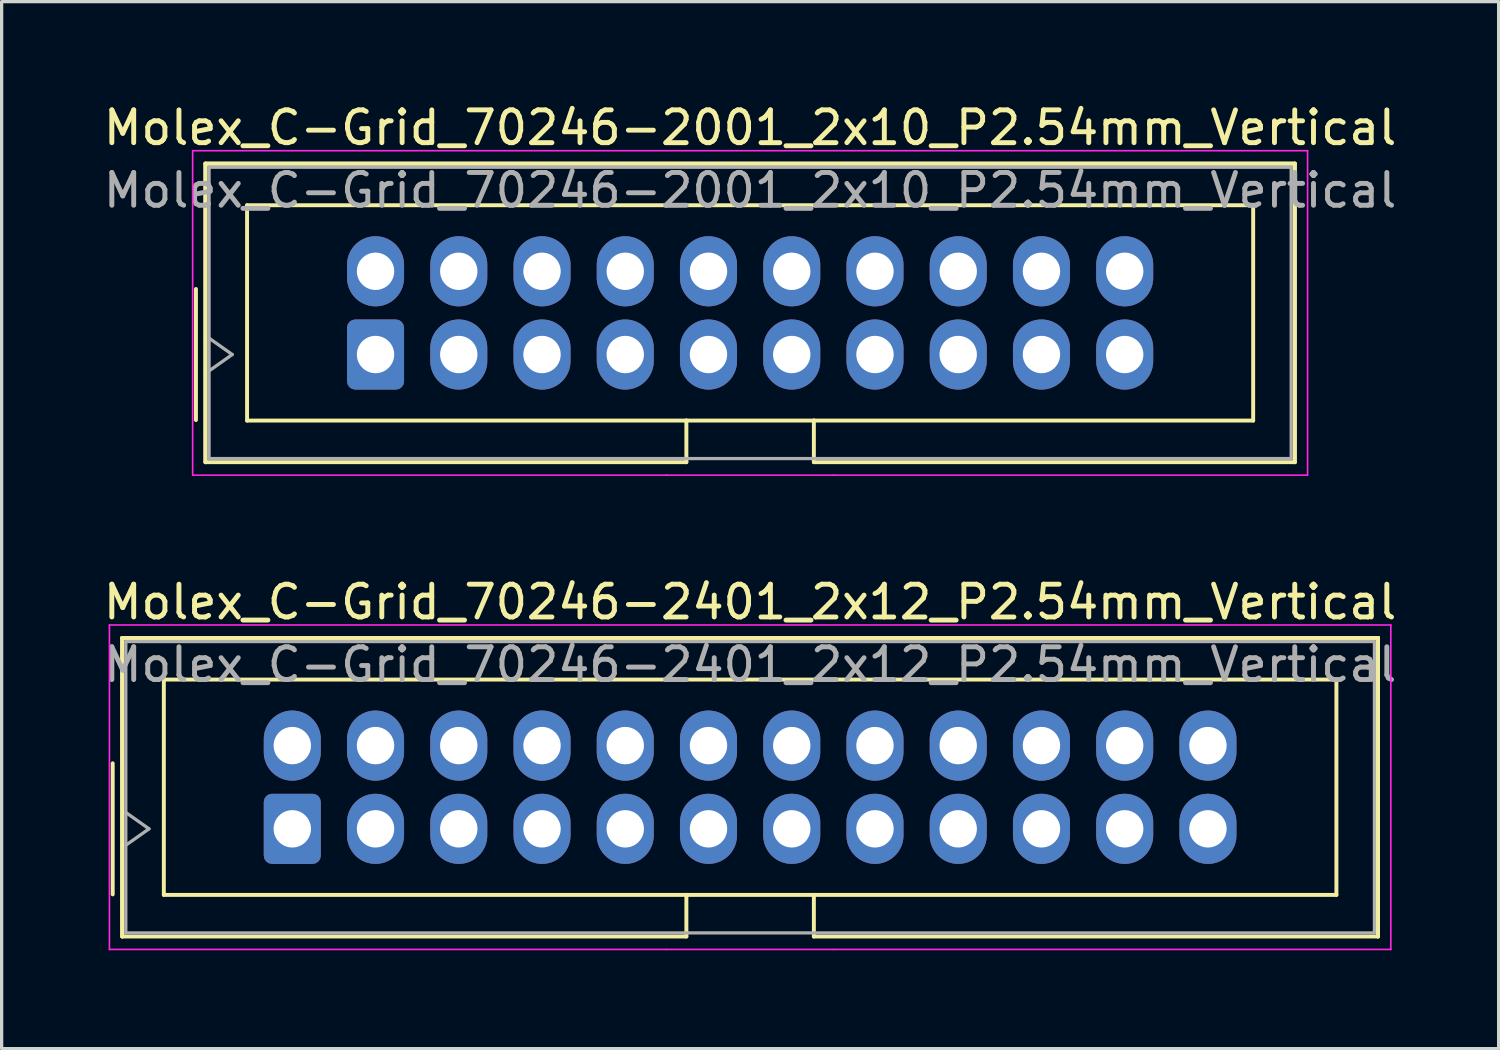
<source format=kicad_pcb>
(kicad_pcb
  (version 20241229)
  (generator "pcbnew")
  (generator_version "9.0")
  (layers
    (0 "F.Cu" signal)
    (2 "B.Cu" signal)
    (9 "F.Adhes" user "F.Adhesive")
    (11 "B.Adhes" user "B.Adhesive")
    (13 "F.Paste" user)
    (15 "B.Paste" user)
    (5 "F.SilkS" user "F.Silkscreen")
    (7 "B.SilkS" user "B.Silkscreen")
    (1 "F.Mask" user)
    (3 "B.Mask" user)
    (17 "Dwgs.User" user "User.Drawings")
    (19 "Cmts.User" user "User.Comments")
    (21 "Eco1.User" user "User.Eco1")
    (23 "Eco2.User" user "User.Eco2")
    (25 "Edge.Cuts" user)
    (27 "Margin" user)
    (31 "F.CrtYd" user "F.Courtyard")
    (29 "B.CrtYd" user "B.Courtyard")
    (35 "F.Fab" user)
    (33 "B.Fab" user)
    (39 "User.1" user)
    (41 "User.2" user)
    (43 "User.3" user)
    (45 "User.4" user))
  (footprint "Molex_C-Grid_70246-2401_2x12_P2.54mm_Vertical"
    (layer "F.Cu")
    (at 5.869 22.241)
    (property "Reference" "Molex_C-Grid_70246-2401_2x12_P2.54mm_Vertical" (at 13.97 -6.92 0) (layer "F.SilkS") (effects (font (size 1 1) (thickness 0.15))))
    (attr through_hole)
    (fp_line (start -5.48 -2) (end -5.48 2) (stroke (width 0.12) (type solid)) (layer "F.SilkS"))
    (fp_line (start -5.19 -5.825) (end 33.13 -5.825) (stroke (width 0.12) (type solid)) (layer "F.SilkS"))
    (fp_line (start -5.19 -5.825) (end 33.13 -5.825) (stroke (width 0.12) (type solid)) (layer "F.SilkS"))
    (fp_line (start -5.19 3.285) (end -5.19 -5.825) (stroke (width 0.12) (type solid)) (layer "F.SilkS"))
    (fp_line (start -5.19 3.285) (end -5.19 -5.825) (stroke (width 0.12) (type solid)) (layer "F.SilkS"))
    (fp_line (start -3.92 -4.555) (end -3.92 2.015) (stroke (width 0.12) (type solid)) (layer "F.SilkS"))
    (fp_line (start -3.92 2.015) (end 12.025 2.015) (stroke (width 0.12) (type solid)) (layer "F.SilkS"))
    (fp_line (start 12.025 2.015) (end 12.025 3.285) (stroke (width 0.12) (type solid)) (layer "F.SilkS"))
    (fp_line (start 12.025 2.015) (end 15.915 2.015) (stroke (width 0.12) (type solid)) (layer "F.SilkS"))
    (fp_line (start 12.025 3.285) (end -5.19 3.285) (stroke (width 0.12) (type solid)) (layer "F.SilkS"))
    (fp_line (start 15.915 2.015) (end 31.86 2.015) (stroke (width 0.12) (type solid)) (layer "F.SilkS"))
    (fp_line (start 15.915 3.285) (end 15.915 2.015) (stroke (width 0.12) (type solid)) (layer "F.SilkS"))
    (fp_line (start 31.86 -4.555) (end -3.92 -4.555) (stroke (width 0.12) (type solid)) (layer "F.SilkS"))
    (fp_line (start 31.86 2.015) (end 31.86 -4.555) (stroke (width 0.12) (type solid)) (layer "F.SilkS"))
    (fp_line (start 33.13 -5.825) (end 33.13 3.285) (stroke (width 0.12) (type solid)) (layer "F.SilkS"))
    (fp_line (start 33.13 -5.825) (end 33.13 3.285) (stroke (width 0.12) (type solid)) (layer "F.SilkS"))
    (fp_line (start 33.13 3.285) (end 15.915 3.285) (stroke (width 0.12) (type solid)) (layer "F.SilkS"))
    (fp_line (start -5.58 -6.22) (end -5.58 3.68) (stroke (width 0.05) (type solid)) (layer "F.CrtYd"))
    (fp_line (start -5.58 3.68) (end 11.42 3.68) (stroke (width 0.05) (type solid)) (layer "F.CrtYd"))
    (fp_line (start 11.42 3.68) (end 16.53 3.68) (stroke (width 0.05) (type solid)) (layer "F.CrtYd"))
    (fp_line (start 16.53 3.68) (end 33.52 3.68) (stroke (width 0.05) (type solid)) (layer "F.CrtYd"))
    (fp_line (start 33.52 -6.22) (end -5.58 -6.22) (stroke (width 0.05) (type solid)) (layer "F.CrtYd"))
    (fp_line (start 33.52 3.68) (end 33.52 -6.22) (stroke (width 0.05) (type solid)) (layer "F.CrtYd"))
    (fp_line (start -5.08 -5.715) (end -5.08 3.175) (stroke (width 0.1) (type solid)) (layer "F.Fab"))
    (fp_line (start -5.08 -0.5) (end -4.373 0) (stroke (width 0.1) (type solid)) (layer "F.Fab"))
    (fp_line (start -5.08 3.175) (end 33.02 3.175) (stroke (width 0.1) (type solid)) (layer "F.Fab"))
    (fp_line (start -4.373 0) (end -5.08 0.5) (stroke (width 0.1) (type solid)) (layer "F.Fab"))
    (fp_line (start 33.02 -5.715) (end -5.08 -5.715) (stroke (width 0.1) (type solid)) (layer "F.Fab"))
    (fp_line (start 33.02 3.175) (end 33.02 -5.715) (stroke (width 0.1) (type solid)) (layer "F.Fab"))
    (fp_text user "${REFERENCE}" (at 13.97 -5.01 0) (layer "F.Fab") (effects (font (size 1 1) (thickness 0.15))))
    (pad "1" thru_hole roundrect (at 0 0) (size 1.74 2.14) (drill 1.14) (layers "*.Cu" "*.Mask") (roundrect_rratio 0.144))
    (pad "2" thru_hole oval (at 0 -2.54) (size 1.74 2.14) (drill 1.14) (layers "*.Cu" "*.Mask"))
    (pad "3" thru_hole oval (at 2.54 0) (size 1.74 2.14) (drill 1.14) (layers "*.Cu" "*.Mask"))
    (pad "4" thru_hole oval (at 2.54 -2.54) (size 1.74 2.14) (drill 1.14) (layers "*.Cu" "*.Mask"))
    (pad "5" thru_hole oval (at 5.08 0) (size 1.74 2.14) (drill 1.14) (layers "*.Cu" "*.Mask"))
    (pad "6" thru_hole oval (at 5.08 -2.54) (size 1.74 2.14) (drill 1.14) (layers "*.Cu" "*.Mask"))
    (pad "7" thru_hole oval (at 7.62 0) (size 1.74 2.14) (drill 1.14) (layers "*.Cu" "*.Mask"))
    (pad "8" thru_hole oval (at 7.62 -2.54) (size 1.74 2.14) (drill 1.14) (layers "*.Cu" "*.Mask"))
    (pad "9" thru_hole oval (at 10.16 0) (size 1.74 2.14) (drill 1.14) (layers "*.Cu" "*.Mask"))
    (pad "10" thru_hole oval (at 10.16 -2.54) (size 1.74 2.14) (drill 1.14) (layers "*.Cu" "*.Mask"))
    (pad "11" thru_hole oval (at 12.7 0) (size 1.74 2.14) (drill 1.14) (layers "*.Cu" "*.Mask"))
    (pad "12" thru_hole oval (at 12.7 -2.54) (size 1.74 2.14) (drill 1.14) (layers "*.Cu" "*.Mask"))
    (pad "13" thru_hole oval (at 15.24 0) (size 1.74 2.14) (drill 1.14) (layers "*.Cu" "*.Mask"))
    (pad "14" thru_hole oval (at 15.24 -2.54) (size 1.74 2.14) (drill 1.14) (layers "*.Cu" "*.Mask"))
    (pad "15" thru_hole oval (at 17.78 0) (size 1.74 2.14) (drill 1.14) (layers "*.Cu" "*.Mask"))
    (pad "16" thru_hole oval (at 17.78 -2.54) (size 1.74 2.14) (drill 1.14) (layers "*.Cu" "*.Mask"))
    (pad "17" thru_hole oval (at 20.32 0) (size 1.74 2.14) (drill 1.14) (layers "*.Cu" "*.Mask"))
    (pad "18" thru_hole oval (at 20.32 -2.54) (size 1.74 2.14) (drill 1.14) (layers "*.Cu" "*.Mask"))
    (pad "19" thru_hole oval (at 22.86 0) (size 1.74 2.14) (drill 1.14) (layers "*.Cu" "*.Mask"))
    (pad "20" thru_hole oval (at 22.86 -2.54) (size 1.74 2.14) (drill 1.14) (layers "*.Cu" "*.Mask"))
    (pad "21" thru_hole oval (at 25.4 0) (size 1.74 2.14) (drill 1.14) (layers "*.Cu" "*.Mask"))
    (pad "22" thru_hole oval (at 25.4 -2.54) (size 1.74 2.14) (drill 1.14) (layers "*.Cu" "*.Mask"))
    (pad "23" thru_hole oval (at 27.94 0) (size 1.74 2.14) (drill 1.14) (layers "*.Cu" "*.Mask"))
    (pad "24" thru_hole oval (at 27.94 -2.54) (size 1.74 2.14) (drill 1.14) (layers "*.Cu" "*.Mask")))
  (footprint "Molex_C-Grid_70246-2001_2x10_P2.54mm_Vertical"
    (layer "F.Cu")
    (at 8.409 7.768)
    (property "Reference" "Molex_C-Grid_70246-2001_2x10_P2.54mm_Vertical" (at 11.43 -6.92 0) (layer "F.SilkS") (effects (font (size 1 1) (thickness 0.15))))
    (attr through_hole)
    (fp_line (start -5.48 -2) (end -5.48 2) (stroke (width 0.12) (type solid)) (layer "F.SilkS"))
    (fp_line (start -5.19 -5.825) (end 28.05 -5.825) (stroke (width 0.12) (type solid)) (layer "F.SilkS"))
    (fp_line (start -5.19 -5.825) (end 28.05 -5.825) (stroke (width 0.12) (type solid)) (layer "F.SilkS"))
    (fp_line (start -5.19 3.285) (end -5.19 -5.825) (stroke (width 0.12) (type solid)) (layer "F.SilkS"))
    (fp_line (start -5.19 3.285) (end -5.19 -5.825) (stroke (width 0.12) (type solid)) (layer "F.SilkS"))
    (fp_line (start -3.92 -4.555) (end -3.92 2.015) (stroke (width 0.12) (type solid)) (layer "F.SilkS"))
    (fp_line (start -3.92 2.015) (end 9.485 2.015) (stroke (width 0.12) (type solid)) (layer "F.SilkS"))
    (fp_line (start 9.485 2.015) (end 9.485 3.285) (stroke (width 0.12) (type solid)) (layer "F.SilkS"))
    (fp_line (start 9.485 2.015) (end 13.375 2.015) (stroke (width 0.12) (type solid)) (layer "F.SilkS"))
    (fp_line (start 9.485 3.285) (end -5.19 3.285) (stroke (width 0.12) (type solid)) (layer "F.SilkS"))
    (fp_line (start 13.375 2.015) (end 26.78 2.015) (stroke (width 0.12) (type solid)) (layer "F.SilkS"))
    (fp_line (start 13.375 3.285) (end 13.375 2.015) (stroke (width 0.12) (type solid)) (layer "F.SilkS"))
    (fp_line (start 26.78 -4.555) (end -3.92 -4.555) (stroke (width 0.12) (type solid)) (layer "F.SilkS"))
    (fp_line (start 26.78 2.015) (end 26.78 -4.555) (stroke (width 0.12) (type solid)) (layer "F.SilkS"))
    (fp_line (start 28.05 -5.825) (end 28.05 3.285) (stroke (width 0.12) (type solid)) (layer "F.SilkS"))
    (fp_line (start 28.05 -5.825) (end 28.05 3.285) (stroke (width 0.12) (type solid)) (layer "F.SilkS"))
    (fp_line (start 28.05 3.285) (end 13.375 3.285) (stroke (width 0.12) (type solid)) (layer "F.SilkS"))
    (fp_line (start -5.58 -6.22) (end -5.58 3.68) (stroke (width 0.05) (type solid)) (layer "F.CrtYd"))
    (fp_line (start -5.58 3.68) (end 8.88 3.68) (stroke (width 0.05) (type solid)) (layer "F.CrtYd"))
    (fp_line (start 8.88 3.68) (end 13.98 3.68) (stroke (width 0.05) (type solid)) (layer "F.CrtYd"))
    (fp_line (start 13.98 3.68) (end 28.44 3.68) (stroke (width 0.05) (type solid)) (layer "F.CrtYd"))
    (fp_line (start 28.44 -6.22) (end -5.58 -6.22) (stroke (width 0.05) (type solid)) (layer "F.CrtYd"))
    (fp_line (start 28.44 3.68) (end 28.44 -6.22) (stroke (width 0.05) (type solid)) (layer "F.CrtYd"))
    (fp_line (start -5.08 -5.715) (end -5.08 3.175) (stroke (width 0.1) (type solid)) (layer "F.Fab"))
    (fp_line (start -5.08 -0.5) (end -4.373 0) (stroke (width 0.1) (type solid)) (layer "F.Fab"))
    (fp_line (start -5.08 3.175) (end 27.94 3.175) (stroke (width 0.1) (type solid)) (layer "F.Fab"))
    (fp_line (start -4.373 0) (end -5.08 0.5) (stroke (width 0.1) (type solid)) (layer "F.Fab"))
    (fp_line (start 27.94 -5.715) (end -5.08 -5.715) (stroke (width 0.1) (type solid)) (layer "F.Fab"))
    (fp_line (start 27.94 3.175) (end 27.94 -5.715) (stroke (width 0.1) (type solid)) (layer "F.Fab"))
    (fp_text user "${REFERENCE}" (at 11.43 -5.01 0) (layer "F.Fab") (effects (font (size 1 1) (thickness 0.15))))
    (pad "1" thru_hole roundrect (at 0 0) (size 1.74 2.14) (drill 1.14) (layers "*.Cu" "*.Mask") (roundrect_rratio 0.144))
    (pad "2" thru_hole oval (at 0 -2.54) (size 1.74 2.14) (drill 1.14) (layers "*.Cu" "*.Mask"))
    (pad "3" thru_hole oval (at 2.54 0) (size 1.74 2.14) (drill 1.14) (layers "*.Cu" "*.Mask"))
    (pad "4" thru_hole oval (at 2.54 -2.54) (size 1.74 2.14) (drill 1.14) (layers "*.Cu" "*.Mask"))
    (pad "5" thru_hole oval (at 5.08 0) (size 1.74 2.14) (drill 1.14) (layers "*.Cu" "*.Mask"))
    (pad "6" thru_hole oval (at 5.08 -2.54) (size 1.74 2.14) (drill 1.14) (layers "*.Cu" "*.Mask"))
    (pad "7" thru_hole oval (at 7.62 0) (size 1.74 2.14) (drill 1.14) (layers "*.Cu" "*.Mask"))
    (pad "8" thru_hole oval (at 7.62 -2.54) (size 1.74 2.14) (drill 1.14) (layers "*.Cu" "*.Mask"))
    (pad "9" thru_hole oval (at 10.16 0) (size 1.74 2.14) (drill 1.14) (layers "*.Cu" "*.Mask"))
    (pad "10" thru_hole oval (at 10.16 -2.54) (size 1.74 2.14) (drill 1.14) (layers "*.Cu" "*.Mask"))
    (pad "11" thru_hole oval (at 12.7 0) (size 1.74 2.14) (drill 1.14) (layers "*.Cu" "*.Mask"))
    (pad "12" thru_hole oval (at 12.7 -2.54) (size 1.74 2.14) (drill 1.14) (layers "*.Cu" "*.Mask"))
    (pad "13" thru_hole oval (at 15.24 0) (size 1.74 2.14) (drill 1.14) (layers "*.Cu" "*.Mask"))
    (pad "14" thru_hole oval (at 15.24 -2.54) (size 1.74 2.14) (drill 1.14) (layers "*.Cu" "*.Mask"))
    (pad "15" thru_hole oval (at 17.78 0) (size 1.74 2.14) (drill 1.14) (layers "*.Cu" "*.Mask"))
    (pad "16" thru_hole oval (at 17.78 -2.54) (size 1.74 2.14) (drill 1.14) (layers "*.Cu" "*.Mask"))
    (pad "17" thru_hole oval (at 20.32 0) (size 1.74 2.14) (drill 1.14) (layers "*.Cu" "*.Mask"))
    (pad "18" thru_hole oval (at 20.32 -2.54) (size 1.74 2.14) (drill 1.14) (layers "*.Cu" "*.Mask"))
    (pad "19" thru_hole oval (at 22.86 0) (size 1.74 2.14) (drill 1.14) (layers "*.Cu" "*.Mask"))
    (pad "20" thru_hole oval (at 22.86 -2.54) (size 1.74 2.14) (drill 1.14) (layers "*.Cu" "*.Mask")))
  (gr_rect
    (start -3 -3)
    (end 42.679 28.947)
    (stroke (width 0.1) (type default))
    (fill no)
    (layer "Edge.Cuts")))
</source>
